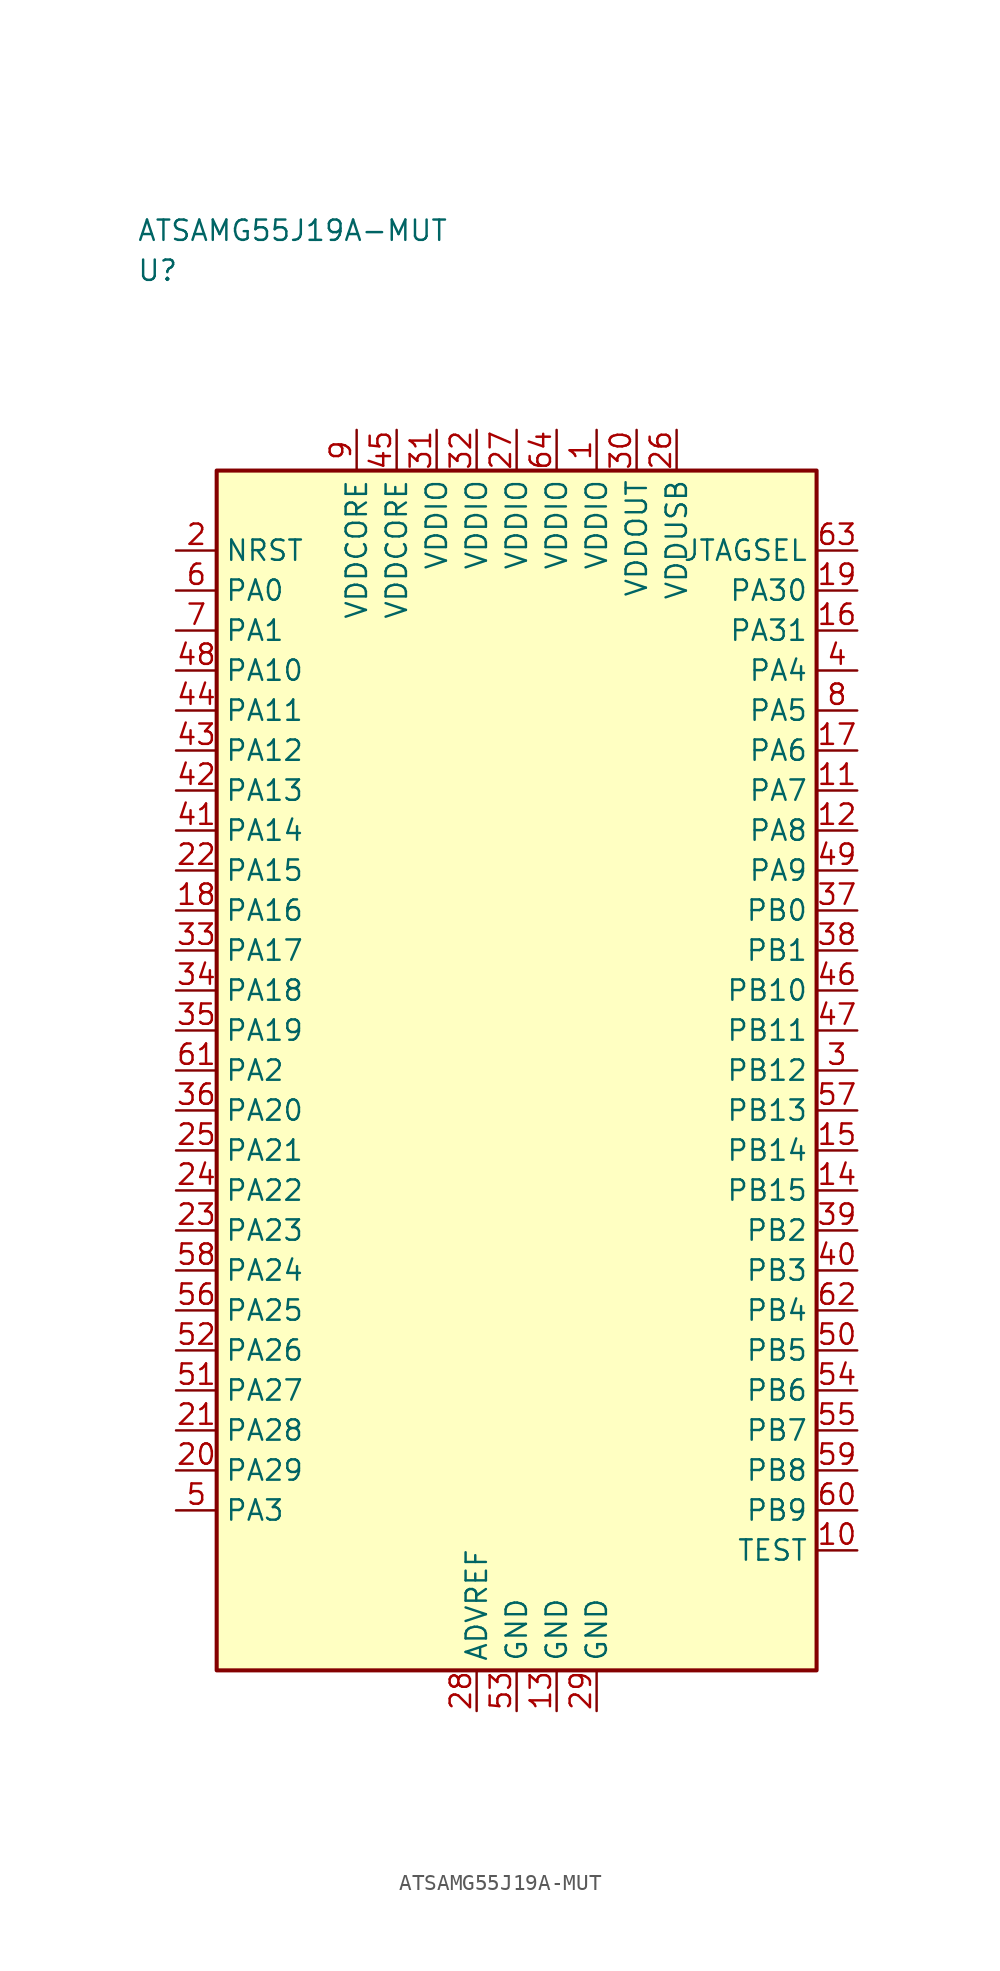
<source format=kicad_sym>
(kicad_symbol_lib
  (version 20241025)
  (generator "kicad_symbol_editor")
  (generator_version "8.0")
  (symbol "ATSAMG55J19A-MUT"
    (property "Reference" "U"
      (at -23.75 50.0 0)
      (effects (font (size 1.27 1.27)) (justify left)))
    (property "Value" "ATSAMG55J19A-MUT"
      (at -23.75 52.5 0)
      (effects (font (size 1.27 1.27)) (justify left)))
    (symbol "ATSAMG55J19A-MUT_0_1"
      (rectangle (start -18.75 37.5) (end 18.75 -37.5) (stroke (width 0.254) (type default)) (fill (type background))))
    (symbol "ATSAMG55J19A-MUT_1_1"
      (pin bidirectional line (at -21.29 30.0 0.0) (length 2.54) (name "PA0" (effects (font (size 1.27 1.27)))) (number "6" (effects (font (size 1.27 1.27)))))
      (pin bidirectional line (at -21.29 27.5 0.0) (length 2.54) (name "PA1" (effects (font (size 1.27 1.27)))) (number "7" (effects (font (size 1.27 1.27)))))
      (pin bidirectional line (at -21.29 0.0 0.0) (length 2.54) (name "PA2" (effects (font (size 1.27 1.27)))) (number "61" (effects (font (size 1.27 1.27)))))
      (pin bidirectional line (at -21.29 -27.5 0.0) (length 2.54) (name "PA3" (effects (font (size 1.27 1.27)))) (number "5" (effects (font (size 1.27 1.27)))))
      (pin bidirectional line (at 21.29 25.0 180.0) (length 2.54) (name "PA4" (effects (font (size 1.27 1.27)))) (number "4" (effects (font (size 1.27 1.27)))))
      (pin bidirectional line (at 21.29 22.5 180.0) (length 2.54) (name "PA5" (effects (font (size 1.27 1.27)))) (number "8" (effects (font (size 1.27 1.27)))))
      (pin bidirectional line (at 21.29 20.0 180.0) (length 2.54) (name "PA6" (effects (font (size 1.27 1.27)))) (number "17" (effects (font (size 1.27 1.27)))))
      (pin bidirectional line (at 21.29 17.5 180.0) (length 2.54) (name "PA7" (effects (font (size 1.27 1.27)))) (number "11" (effects (font (size 1.27 1.27)))))
      (pin bidirectional line (at 21.29 15.0 180.0) (length 2.54) (name "PA8" (effects (font (size 1.27 1.27)))) (number "12" (effects (font (size 1.27 1.27)))))
      (pin bidirectional line (at 21.29 12.5 180.0) (length 2.54) (name "PA9" (effects (font (size 1.27 1.27)))) (number "49" (effects (font (size 1.27 1.27)))))
      (pin bidirectional line (at -21.29 25.0 0.0) (length 2.54) (name "PA10" (effects (font (size 1.27 1.27)))) (number "48" (effects (font (size 1.27 1.27)))))
      (pin bidirectional line (at -21.29 22.5 0.0) (length 2.54) (name "PA11" (effects (font (size 1.27 1.27)))) (number "44" (effects (font (size 1.27 1.27)))))
      (pin bidirectional line (at -21.29 20.0 0.0) (length 2.54) (name "PA12" (effects (font (size 1.27 1.27)))) (number "43" (effects (font (size 1.27 1.27)))))
      (pin bidirectional line (at -21.29 17.5 0.0) (length 2.54) (name "PA13" (effects (font (size 1.27 1.27)))) (number "42" (effects (font (size 1.27 1.27)))))
      (pin bidirectional line (at -21.29 15.0 0.0) (length 2.54) (name "PA14" (effects (font (size 1.27 1.27)))) (number "41" (effects (font (size 1.27 1.27)))))
      (pin bidirectional line (at -21.29 12.5 0.0) (length 2.54) (name "PA15" (effects (font (size 1.27 1.27)))) (number "22" (effects (font (size 1.27 1.27)))))
      (pin bidirectional line (at -21.29 10.0 0.0) (length 2.54) (name "PA16" (effects (font (size 1.27 1.27)))) (number "18" (effects (font (size 1.27 1.27)))))
      (pin bidirectional line (at -21.29 7.5 0.0) (length 2.54) (name "PA17" (effects (font (size 1.27 1.27)))) (number "33" (effects (font (size 1.27 1.27)))))
      (pin bidirectional line (at -21.29 5.0 0.0) (length 2.54) (name "PA18" (effects (font (size 1.27 1.27)))) (number "34" (effects (font (size 1.27 1.27)))))
      (pin bidirectional line (at -21.29 2.5 0.0) (length 2.54) (name "PA19" (effects (font (size 1.27 1.27)))) (number "35" (effects (font (size 1.27 1.27)))))
      (pin bidirectional line (at -21.29 -2.5 0.0) (length 2.54) (name "PA20" (effects (font (size 1.27 1.27)))) (number "36" (effects (font (size 1.27 1.27)))))
      (pin bidirectional line (at -21.29 -5.0 0.0) (length 2.54) (name "PA21" (effects (font (size 1.27 1.27)))) (number "25" (effects (font (size 1.27 1.27)))))
      (pin bidirectional line (at -21.29 -7.5 0.0) (length 2.54) (name "PA22" (effects (font (size 1.27 1.27)))) (number "24" (effects (font (size 1.27 1.27)))))
      (pin bidirectional line (at -21.29 -10.0 0.0) (length 2.54) (name "PA23" (effects (font (size 1.27 1.27)))) (number "23" (effects (font (size 1.27 1.27)))))
      (pin bidirectional line (at -21.29 -12.5 0.0) (length 2.54) (name "PA24" (effects (font (size 1.27 1.27)))) (number "58" (effects (font (size 1.27 1.27)))))
      (pin bidirectional line (at -21.29 -15.0 0.0) (length 2.54) (name "PA25" (effects (font (size 1.27 1.27)))) (number "56" (effects (font (size 1.27 1.27)))))
      (pin bidirectional line (at -21.29 -17.5 0.0) (length 2.54) (name "PA26" (effects (font (size 1.27 1.27)))) (number "52" (effects (font (size 1.27 1.27)))))
      (pin bidirectional line (at -21.29 -20.0 0.0) (length 2.54) (name "PA27" (effects (font (size 1.27 1.27)))) (number "51" (effects (font (size 1.27 1.27)))))
      (pin bidirectional line (at -21.29 -22.5 0.0) (length 2.54) (name "PA28" (effects (font (size 1.27 1.27)))) (number "21" (effects (font (size 1.27 1.27)))))
      (pin bidirectional line (at -21.29 -25.0 0.0) (length 2.54) (name "PA29" (effects (font (size 1.27 1.27)))) (number "20" (effects (font (size 1.27 1.27)))))
      (pin bidirectional line (at 21.29 30.0 180.0) (length 2.54) (name "PA30" (effects (font (size 1.27 1.27)))) (number "19" (effects (font (size 1.27 1.27)))))
      (pin bidirectional line (at 21.29 27.5 180.0) (length 2.54) (name "PA31" (effects (font (size 1.27 1.27)))) (number "16" (effects (font (size 1.27 1.27)))))
      (pin bidirectional line (at 21.29 10.0 180.0) (length 2.54) (name "PB0" (effects (font (size 1.27 1.27)))) (number "37" (effects (font (size 1.27 1.27)))))
      (pin bidirectional line (at 21.29 7.5 180.0) (length 2.54) (name "PB1" (effects (font (size 1.27 1.27)))) (number "38" (effects (font (size 1.27 1.27)))))
      (pin bidirectional line (at 21.29 -10.0 180.0) (length 2.54) (name "PB2" (effects (font (size 1.27 1.27)))) (number "39" (effects (font (size 1.27 1.27)))))
      (pin bidirectional line (at 21.29 -12.5 180.0) (length 2.54) (name "PB3" (effects (font (size 1.27 1.27)))) (number "40" (effects (font (size 1.27 1.27)))))
      (pin bidirectional line (at 21.29 -15.0 180.0) (length 2.54) (name "PB4" (effects (font (size 1.27 1.27)))) (number "62" (effects (font (size 1.27 1.27)))))
      (pin bidirectional line (at 21.29 -17.5 180.0) (length 2.54) (name "PB5" (effects (font (size 1.27 1.27)))) (number "50" (effects (font (size 1.27 1.27)))))
      (pin bidirectional line (at 21.29 -20.0 180.0) (length 2.54) (name "PB6" (effects (font (size 1.27 1.27)))) (number "54" (effects (font (size 1.27 1.27)))))
      (pin bidirectional line (at 21.29 -22.5 180.0) (length 2.54) (name "PB7" (effects (font (size 1.27 1.27)))) (number "55" (effects (font (size 1.27 1.27)))))
      (pin bidirectional line (at 21.29 -25.0 180.0) (length 2.54) (name "PB8" (effects (font (size 1.27 1.27)))) (number "59" (effects (font (size 1.27 1.27)))))
      (pin bidirectional line (at 21.29 -27.5 180.0) (length 2.54) (name "PB9" (effects (font (size 1.27 1.27)))) (number "60" (effects (font (size 1.27 1.27)))))
      (pin bidirectional line (at 21.29 5.0 180.0) (length 2.54) (name "PB10" (effects (font (size 1.27 1.27)))) (number "46" (effects (font (size 1.27 1.27)))))
      (pin bidirectional line (at 21.29 2.5 180.0) (length 2.54) (name "PB11" (effects (font (size 1.27 1.27)))) (number "47" (effects (font (size 1.27 1.27)))))
      (pin bidirectional line (at 21.29 0.0 180.0) (length 2.54) (name "PB12" (effects (font (size 1.27 1.27)))) (number "3" (effects (font (size 1.27 1.27)))))
      (pin bidirectional line (at 21.29 -2.5 180.0) (length 2.54) (name "PB13" (effects (font (size 1.27 1.27)))) (number "57" (effects (font (size 1.27 1.27)))))
      (pin bidirectional line (at 21.29 -5.0 180.0) (length 2.54) (name "PB14" (effects (font (size 1.27 1.27)))) (number "15" (effects (font (size 1.27 1.27)))))
      (pin bidirectional line (at 21.29 -7.5 180.0) (length 2.54) (name "PB15" (effects (font (size 1.27 1.27)))) (number "14" (effects (font (size 1.27 1.27)))))
      (pin passive line (at -2.5 -40.04 90.0) (length 2.54) (name "ADVREF" (effects (font (size 1.27 1.27)))) (number "28" (effects (font (size 1.27 1.27)))))
      (pin power_in line (at 7.5 40.04 270.0) (length 2.54) (name "VDDOUT" (effects (font (size 1.27 1.27)))) (number "30" (effects (font (size 1.27 1.27)))))
      (pin input line (at -21.29 32.5 0.0) (length 2.54) (name "NRST" (effects (font (size 1.27 1.27)))) (number "2" (effects (font (size 1.27 1.27)))))
      (pin bidirectional line (at 21.29 -30.0 180.0) (length 2.54) (name "TEST" (effects (font (size 1.27 1.27)))) (number "10" (effects (font (size 1.27 1.27)))))
      (pin power_in line (at -5.0 40.04 270.0) (length 2.54) (name "VDDIO" (effects (font (size 1.27 1.27)))) (number "31" (effects (font (size 1.27 1.27)))))
      (pin power_in line (at -2.5 40.04 270.0) (length 2.54) (name "VDDIO" (effects (font (size 1.27 1.27)))) (number "32" (effects (font (size 1.27 1.27)))))
      (pin power_in line (at 0.0 40.04 270.0) (length 2.54) (name "VDDIO" (effects (font (size 1.27 1.27)))) (number "27" (effects (font (size 1.27 1.27)))))
      (pin power_in line (at 2.5 40.04 270.0) (length 2.54) (name "VDDIO" (effects (font (size 1.27 1.27)))) (number "64" (effects (font (size 1.27 1.27)))))
      (pin power_in line (at 5.0 40.04 270.0) (length 2.54) (name "VDDIO" (effects (font (size 1.27 1.27)))) (number "1" (effects (font (size 1.27 1.27)))))
      (pin power_in line (at 10.0 40.04 270.0) (length 2.54) (name "VDDUSB" (effects (font (size 1.27 1.27)))) (number "26" (effects (font (size 1.27 1.27)))))
      (pin output line (at 21.29 32.5 180.0) (length 2.54) (name "JTAGSEL" (effects (font (size 1.27 1.27)))) (number "63" (effects (font (size 1.27 1.27)))))
      (pin power_in line (at -10.0 40.04 270.0) (length 2.54) (name "VDDCORE" (effects (font (size 1.27 1.27)))) (number "9" (effects (font (size 1.27 1.27)))))
      (pin power_in line (at -7.5 40.04 270.0) (length 2.54) (name "VDDCORE" (effects (font (size 1.27 1.27)))) (number "45" (effects (font (size 1.27 1.27)))))
      (pin passive line (at 0.0 -40.04 90.0) (length 2.54) (name "GND" (effects (font (size 1.27 1.27)))) (number "53" (effects (font (size 1.27 1.27)))))
      (pin passive line (at 2.5 -40.04 90.0) (length 2.54) (name "GND" (effects (font (size 1.27 1.27)))) (number "13" (effects (font (size 1.27 1.27)))))
      (pin passive line (at 5.0 -40.04 90.0) (length 2.54) (name "GND" (effects (font (size 1.27 1.27)))) (number "29" (effects (font (size 1.27 1.27))))))))
</source>
